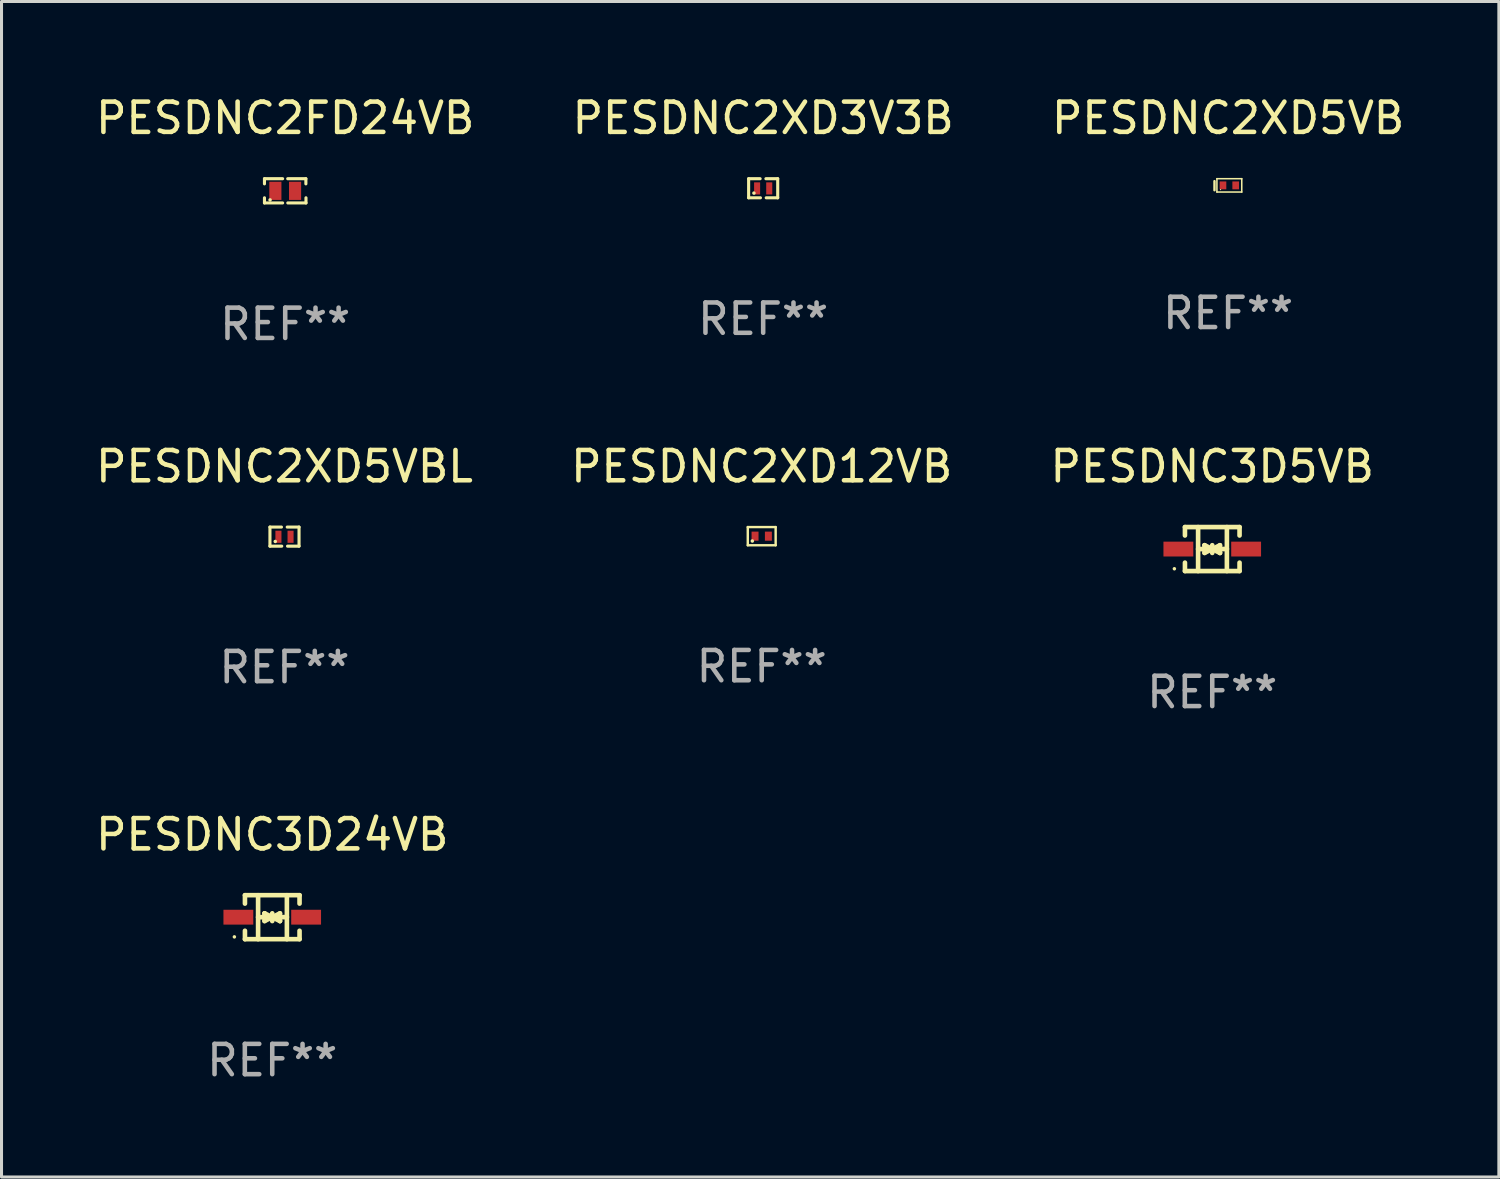
<source format=kicad_pcb>
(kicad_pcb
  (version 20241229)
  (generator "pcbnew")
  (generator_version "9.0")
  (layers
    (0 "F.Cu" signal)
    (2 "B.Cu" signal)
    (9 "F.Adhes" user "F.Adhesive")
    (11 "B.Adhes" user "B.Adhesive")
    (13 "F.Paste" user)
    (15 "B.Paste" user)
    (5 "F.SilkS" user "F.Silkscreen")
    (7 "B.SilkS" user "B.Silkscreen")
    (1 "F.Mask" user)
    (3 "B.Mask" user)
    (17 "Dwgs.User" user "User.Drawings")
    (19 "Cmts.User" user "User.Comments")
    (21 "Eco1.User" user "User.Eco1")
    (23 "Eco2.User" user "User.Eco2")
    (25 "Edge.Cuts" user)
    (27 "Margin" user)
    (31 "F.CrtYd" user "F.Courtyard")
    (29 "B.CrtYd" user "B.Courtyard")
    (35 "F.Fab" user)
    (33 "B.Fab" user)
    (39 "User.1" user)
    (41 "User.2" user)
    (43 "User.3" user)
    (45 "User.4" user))
  (footprint "PESDNC2XD5VB"
    (layer "F.Cu")
    (at 37.482 3.068)
    (property "Reference" "PESDNC2XD5VB" (at 0 -2.22 0) (layer "F.SilkS") (effects (font (size 1 1) (thickness 0.15))))
    (attr through_hole)
    (fp_line (start -0.45 -0.14) (end -0.45 0.16) (stroke (width 0.08) (type solid)) (layer "F.SilkS"))
    (fp_line (start -0.37 -0.22) (end 0.45 -0.22) (stroke (width 0.051) (type solid)) (layer "F.SilkS"))
    (fp_line (start -0.37 0.22) (end -0.37 -0.22) (stroke (width 0.051) (type solid)) (layer "F.SilkS"))
    (fp_line (start 0.45 -0.22) (end 0.45 0.22) (stroke (width 0.051) (type solid)) (layer "F.SilkS"))
    (fp_line (start 0.45 0.22) (end -0.37 0.22) (stroke (width 0.051) (type solid)) (layer "F.SilkS"))
    (fp_circle (center -0.25 0.14) (end -0.24 0.14) (stroke (width 0.02) (type solid)) (fill no) (layer "F.SilkS"))
    (fp_text user "REF**" (at 0 4.22 0) (layer "F.Fab") (effects (font (size 1 1) (thickness 0.15))))
    (pad "1" smd rect (at -0.17 0 90) (size 0.26 0.22) (layers "F.Cu" "F.Mask" "F.Paste"))
    (pad "2" smd rect (at 0.25 0 90) (size 0.26 0.22) (layers "F.Cu" "F.Mask" "F.Paste")))
  (footprint "PESDNC3D24VB"
    (layer "F.Cu")
    (at 5.935 27.22)
    (property "Reference" "PESDNC3D24VB" (at 0 -2.726 0) (layer "F.SilkS") (effects (font (size 1 1) (thickness 0.15))))
    (attr through_hole)
    (fp_line (start -0.901 -0.726) (end -0.901 -0.448) (stroke (width 0.152) (type solid)) (layer "F.SilkS"))
    (fp_line (start -0.901 0.726) (end -0.901 0.448) (stroke (width 0.152) (type solid)) (layer "F.SilkS"))
    (fp_line (start -0.467 0) (end 0.483 -0.003) (stroke (width 0.154) (type solid)) (layer "F.SilkS"))
    (fp_line (start -0.467 0.726) (end -0.467 -0.726) (stroke (width 0.152) (type solid)) (layer "F.SilkS"))
    (fp_line (start -0.254 -0.127) (end -0.254 -0.127) (stroke (width 0.154) (type solid)) (layer "F.SilkS"))
    (fp_line (start -0.254 -0.127) (end -0.002 -0.003) (stroke (width 0.154) (type solid)) (layer "F.SilkS"))
    (fp_line (start -0.254 0.127) (end -0.254 -0.127) (stroke (width 0.154) (type solid)) (layer "F.SilkS"))
    (fp_line (start -0.127 0) (end 0.003 0) (stroke (width 0.154) (type solid)) (layer "F.SilkS"))
    (fp_line (start -0.003 0) (end -0.254 0.127) (stroke (width 0.154) (type solid)) (layer "F.SilkS"))
    (fp_line (start 0 -0.127) (end 0 0.127) (stroke (width 0.154) (type solid)) (layer "F.SilkS"))
    (fp_line (start 0.003 0) (end 0.254 -0.127) (stroke (width 0.154) (type solid)) (layer "F.SilkS"))
    (fp_line (start 0.127 0) (end -0.003 0) (stroke (width 0.154) (type solid)) (layer "F.SilkS"))
    (fp_line (start 0.254 -0.127) (end 0.254 0.127) (stroke (width 0.154) (type solid)) (layer "F.SilkS"))
    (fp_line (start 0.254 0.127) (end 0.002 0.003) (stroke (width 0.154) (type solid)) (layer "F.SilkS"))
    (fp_line (start 0.254 0.127) (end 0.254 0.127) (stroke (width 0.154) (type solid)) (layer "F.SilkS"))
    (fp_line (start 0.483 0.726) (end 0.483 -0.726) (stroke (width 0.152) (type solid)) (layer "F.SilkS"))
    (fp_line (start 0.901 -0.726) (end -0.901 -0.726) (stroke (width 0.152) (type solid)) (layer "F.SilkS"))
    (fp_line (start 0.901 -0.726) (end 0.901 -0.448) (stroke (width 0.152) (type solid)) (layer "F.SilkS"))
    (fp_line (start 0.901 0.726) (end -0.901 0.726) (stroke (width 0.152) (type solid)) (layer "F.SilkS"))
    (fp_line (start 0.901 0.726) (end 0.901 0.448) (stroke (width 0.152) (type solid)) (layer "F.SilkS"))
    (fp_circle (center -1.25 0.65) (end -1.22 0.65) (stroke (width 0.06) (type solid)) (fill no) (layer "F.SilkS"))
    (fp_text user "REF**" (at 0 4.726 0) (layer "F.Fab") (effects (font (size 1 1) (thickness 0.15))))
    (pad "1" smd rect (at -1.118 0) (size 0.985 0.49) (layers "F.Cu" "F.Mask" "F.Paste"))
    (pad "2" smd rect (at 1.118 0) (size 0.985 0.49) (layers "F.Cu" "F.Mask" "F.Paste")))
  (footprint "PESDNC2XD5VBL"
    (layer "F.Cu")
    (at 6.339 14.66)
    (property "Reference" "PESDNC2XD5VBL" (at 0 -2.315 0) (layer "F.SilkS") (effects (font (size 1 1) (thickness 0.15))))
    (attr through_hole)
    (fp_line (start -0.48 -0.315) (end -0.48 0.315) (stroke (width 0.102) (type solid)) (layer "F.SilkS"))
    (fp_line (start -0.48 0.315) (end -0.09 0.315) (stroke (width 0.102) (type solid)) (layer "F.SilkS"))
    (fp_line (start -0.48 -0.315) (end -0.1 -0.315) (stroke (width 0.102) (type solid)) (layer "F.SilkS"))
    (fp_line (start 0.48 0.315) (end 0.1 0.315) (stroke (width 0.102) (type solid)) (layer "F.SilkS"))
    (fp_line (start 0.48 -0.315) (end 0.09 -0.315) (stroke (width 0.102) (type solid)) (layer "F.SilkS"))
    (fp_line (start 0.48 0.315) (end 0.48 -0.315) (stroke (width 0.102) (type solid)) (layer "F.SilkS"))
    (fp_circle (center -0.305 0.16) (end -0.275 0.16) (stroke (width 0.06) (type solid)) (fill no) (layer "F.SilkS"))
    (fp_text user "REF**" (at 0 4.315 0) (layer "F.Fab") (effects (font (size 1 1) (thickness 0.15))))
    (pad "1" smd rect (at -0.2 0.005) (size 0.2 0.4) (layers "F.Cu" "F.Mask" "F.Paste"))
    (pad "2" smd rect (at 0.2 0.005) (size 0.2 0.4) (layers "F.Cu" "F.Mask" "F.Paste")))
  (footprint "PESDNC2FD24VB"
    (layer "F.Cu")
    (at 6.363 3.248)
    (property "Reference" "PESDNC2FD24VB" (at 0 -2.4 0) (layer "F.SilkS") (effects (font (size 1 1) (thickness 0.15))))
    (attr through_hole)
    (fp_line (start -0.685 -0.4) (end -0.685 -0.23) (stroke (width 0.102) (type solid)) (layer "F.SilkS"))
    (fp_line (start -0.685 0.4) (end -0.685 0.23) (stroke (width 0.102) (type solid)) (layer "F.SilkS"))
    (fp_line (start -0.085 -0.4) (end -0.685 -0.4) (stroke (width 0.102) (type solid)) (layer "F.SilkS"))
    (fp_line (start -0.085 0.4) (end -0.685 0.4) (stroke (width 0.102) (type solid)) (layer "F.SilkS"))
    (fp_line (start 0.082 -0.4) (end 0.682 -0.4) (stroke (width 0.102) (type solid)) (layer "F.SilkS"))
    (fp_line (start 0.085 0.4) (end 0.685 0.4) (stroke (width 0.102) (type solid)) (layer "F.SilkS"))
    (fp_line (start 0.682 -0.4) (end 0.682 -0.23) (stroke (width 0.102) (type solid)) (layer "F.SilkS"))
    (fp_line (start 0.685 0.4) (end 0.685 0.23) (stroke (width 0.102) (type solid)) (layer "F.SilkS"))
    (fp_circle (center -0.5 0.3) (end -0.47 0.3) (stroke (width 0.06) (type solid)) (fill no) (layer "F.SilkS"))
    (fp_text user "REF**" (at 0 4.4 0) (layer "F.Fab") (effects (font (size 1 1) (thickness 0.15))))
    (pad "1" smd rect (at -0.325 0) (size 0.4 0.6) (layers "F.Cu" "F.Mask" "F.Paste"))
    (pad "2" smd rect (at 0.325 0) (size 0.4 0.6) (layers "F.Cu" "F.Mask" "F.Paste")))
  (footprint "PESDNC3D5VB"
    (layer "F.Cu")
    (at 36.958 15.071)
    (property "Reference" "PESDNC3D5VB" (at 0 -2.726 0) (layer "F.SilkS") (effects (font (size 1 1) (thickness 0.15))))
    (attr through_hole)
    (fp_line (start -0.901 -0.726) (end -0.901 -0.448) (stroke (width 0.152) (type solid)) (layer "F.SilkS"))
    (fp_line (start -0.901 0.726) (end -0.901 0.448) (stroke (width 0.152) (type solid)) (layer "F.SilkS"))
    (fp_line (start -0.467 0) (end 0.483 -0.003) (stroke (width 0.154) (type solid)) (layer "F.SilkS"))
    (fp_line (start -0.467 0.726) (end -0.467 -0.726) (stroke (width 0.152) (type solid)) (layer "F.SilkS"))
    (fp_line (start -0.254 -0.127) (end -0.254 -0.127) (stroke (width 0.154) (type solid)) (layer "F.SilkS"))
    (fp_line (start -0.254 -0.127) (end -0.002 -0.003) (stroke (width 0.154) (type solid)) (layer "F.SilkS"))
    (fp_line (start -0.254 0.127) (end -0.254 -0.127) (stroke (width 0.154) (type solid)) (layer "F.SilkS"))
    (fp_line (start -0.127 0) (end 0.003 0) (stroke (width 0.154) (type solid)) (layer "F.SilkS"))
    (fp_line (start -0.003 0) (end -0.254 0.127) (stroke (width 0.154) (type solid)) (layer "F.SilkS"))
    (fp_line (start 0 -0.127) (end 0 0.127) (stroke (width 0.154) (type solid)) (layer "F.SilkS"))
    (fp_line (start 0.003 0) (end 0.254 -0.127) (stroke (width 0.154) (type solid)) (layer "F.SilkS"))
    (fp_line (start 0.127 0) (end -0.003 0) (stroke (width 0.154) (type solid)) (layer "F.SilkS"))
    (fp_line (start 0.254 -0.127) (end 0.254 0.127) (stroke (width 0.154) (type solid)) (layer "F.SilkS"))
    (fp_line (start 0.254 0.127) (end 0.002 0.003) (stroke (width 0.154) (type solid)) (layer "F.SilkS"))
    (fp_line (start 0.254 0.127) (end 0.254 0.127) (stroke (width 0.154) (type solid)) (layer "F.SilkS"))
    (fp_line (start 0.483 0.726) (end 0.483 -0.726) (stroke (width 0.152) (type solid)) (layer "F.SilkS"))
    (fp_line (start 0.901 -0.726) (end -0.901 -0.726) (stroke (width 0.152) (type solid)) (layer "F.SilkS"))
    (fp_line (start 0.901 -0.726) (end 0.901 -0.448) (stroke (width 0.152) (type solid)) (layer "F.SilkS"))
    (fp_line (start 0.901 0.726) (end -0.901 0.726) (stroke (width 0.152) (type solid)) (layer "F.SilkS"))
    (fp_line (start 0.901 0.726) (end 0.901 0.448) (stroke (width 0.152) (type solid)) (layer "F.SilkS"))
    (fp_circle (center -1.25 0.65) (end -1.22 0.65) (stroke (width 0.06) (type solid)) (fill no) (layer "F.SilkS"))
    (fp_text user "REF**" (at 0 4.726 0) (layer "F.Fab") (effects (font (size 1 1) (thickness 0.15))))
    (pad "1" smd rect (at -1.118 0) (size 0.985 0.49) (layers "F.Cu" "F.Mask" "F.Paste"))
    (pad "2" smd rect (at 1.118 0) (size 0.985 0.49) (layers "F.Cu" "F.Mask" "F.Paste")))
  (footprint "PESDNC2XD3V3B"
    (layer "F.Cu")
    (at 22.137 3.163)
    (property "Reference" "PESDNC2XD3V3B" (at 0 -2.315 0) (layer "F.SilkS") (effects (font (size 1 1) (thickness 0.15))))
    (attr through_hole)
    (fp_line (start -0.48 -0.315) (end -0.48 0.315) (stroke (width 0.102) (type solid)) (layer "F.SilkS"))
    (fp_line (start -0.48 0.315) (end -0.09 0.315) (stroke (width 0.102) (type solid)) (layer "F.SilkS"))
    (fp_line (start -0.48 -0.315) (end -0.1 -0.315) (stroke (width 0.102) (type solid)) (layer "F.SilkS"))
    (fp_line (start 0.48 0.315) (end 0.1 0.315) (stroke (width 0.102) (type solid)) (layer "F.SilkS"))
    (fp_line (start 0.48 -0.315) (end 0.09 -0.315) (stroke (width 0.102) (type solid)) (layer "F.SilkS"))
    (fp_line (start 0.48 0.315) (end 0.48 -0.315) (stroke (width 0.102) (type solid)) (layer "F.SilkS"))
    (fp_circle (center -0.305 0.16) (end -0.275 0.16) (stroke (width 0.06) (type solid)) (fill no) (layer "F.SilkS"))
    (fp_text user "REF**" (at 0 4.315 0) (layer "F.Fab") (effects (font (size 1 1) (thickness 0.15))))
    (pad "1" smd rect (at -0.2 0.005) (size 0.2 0.4) (layers "F.Cu" "F.Mask" "F.Paste"))
    (pad "2" smd rect (at 0.2 0.005) (size 0.2 0.4) (layers "F.Cu" "F.Mask" "F.Paste")))
  (footprint "PESDNC2XD12VB"
    (layer "F.Cu")
    (at 22.089 14.645)
    (property "Reference" "PESDNC2XD12VB" (at 0 -2.3 0) (layer "F.SilkS") (effects (font (size 1 1) (thickness 0.15))))
    (attr through_hole)
    (fp_line (start -0.46 -0.3) (end -0.46 0.3) (stroke (width 0.08) (type solid)) (layer "F.SilkS"))
    (fp_line (start -0.46 -0.3) (end 0.46 -0.3) (stroke (width 0.08) (type solid)) (layer "F.SilkS"))
    (fp_line (start -0.46 0.3) (end 0.46 0.3) (stroke (width 0.08) (type solid)) (layer "F.SilkS"))
    (fp_line (start 0.46 -0.3) (end 0.46 0.3) (stroke (width 0.08) (type solid)) (layer "F.SilkS"))
    (fp_circle (center -0.31 0.16) (end -0.28 0.16) (stroke (width 0.06) (type solid)) (fill no) (layer "F.SilkS"))
    (fp_text user "REF**" (at 0 4.3 0) (layer "F.Fab") (effects (font (size 1 1) (thickness 0.15))))
    (pad "1" smd rect (at -0.22 0 180) (size 0.23 0.3) (layers "F.Cu" "F.Mask" "F.Paste"))
    (pad "2" smd rect (at 0.22 0 180) (size 0.23 0.3) (layers "F.Cu" "F.Mask" "F.Paste")))
  (gr_rect
    (start -3 -3)
    (end 46.417 35.795)
    (stroke (width 0.1) (type default))
    (fill no)
    (layer "Edge.Cuts")))
</source>
